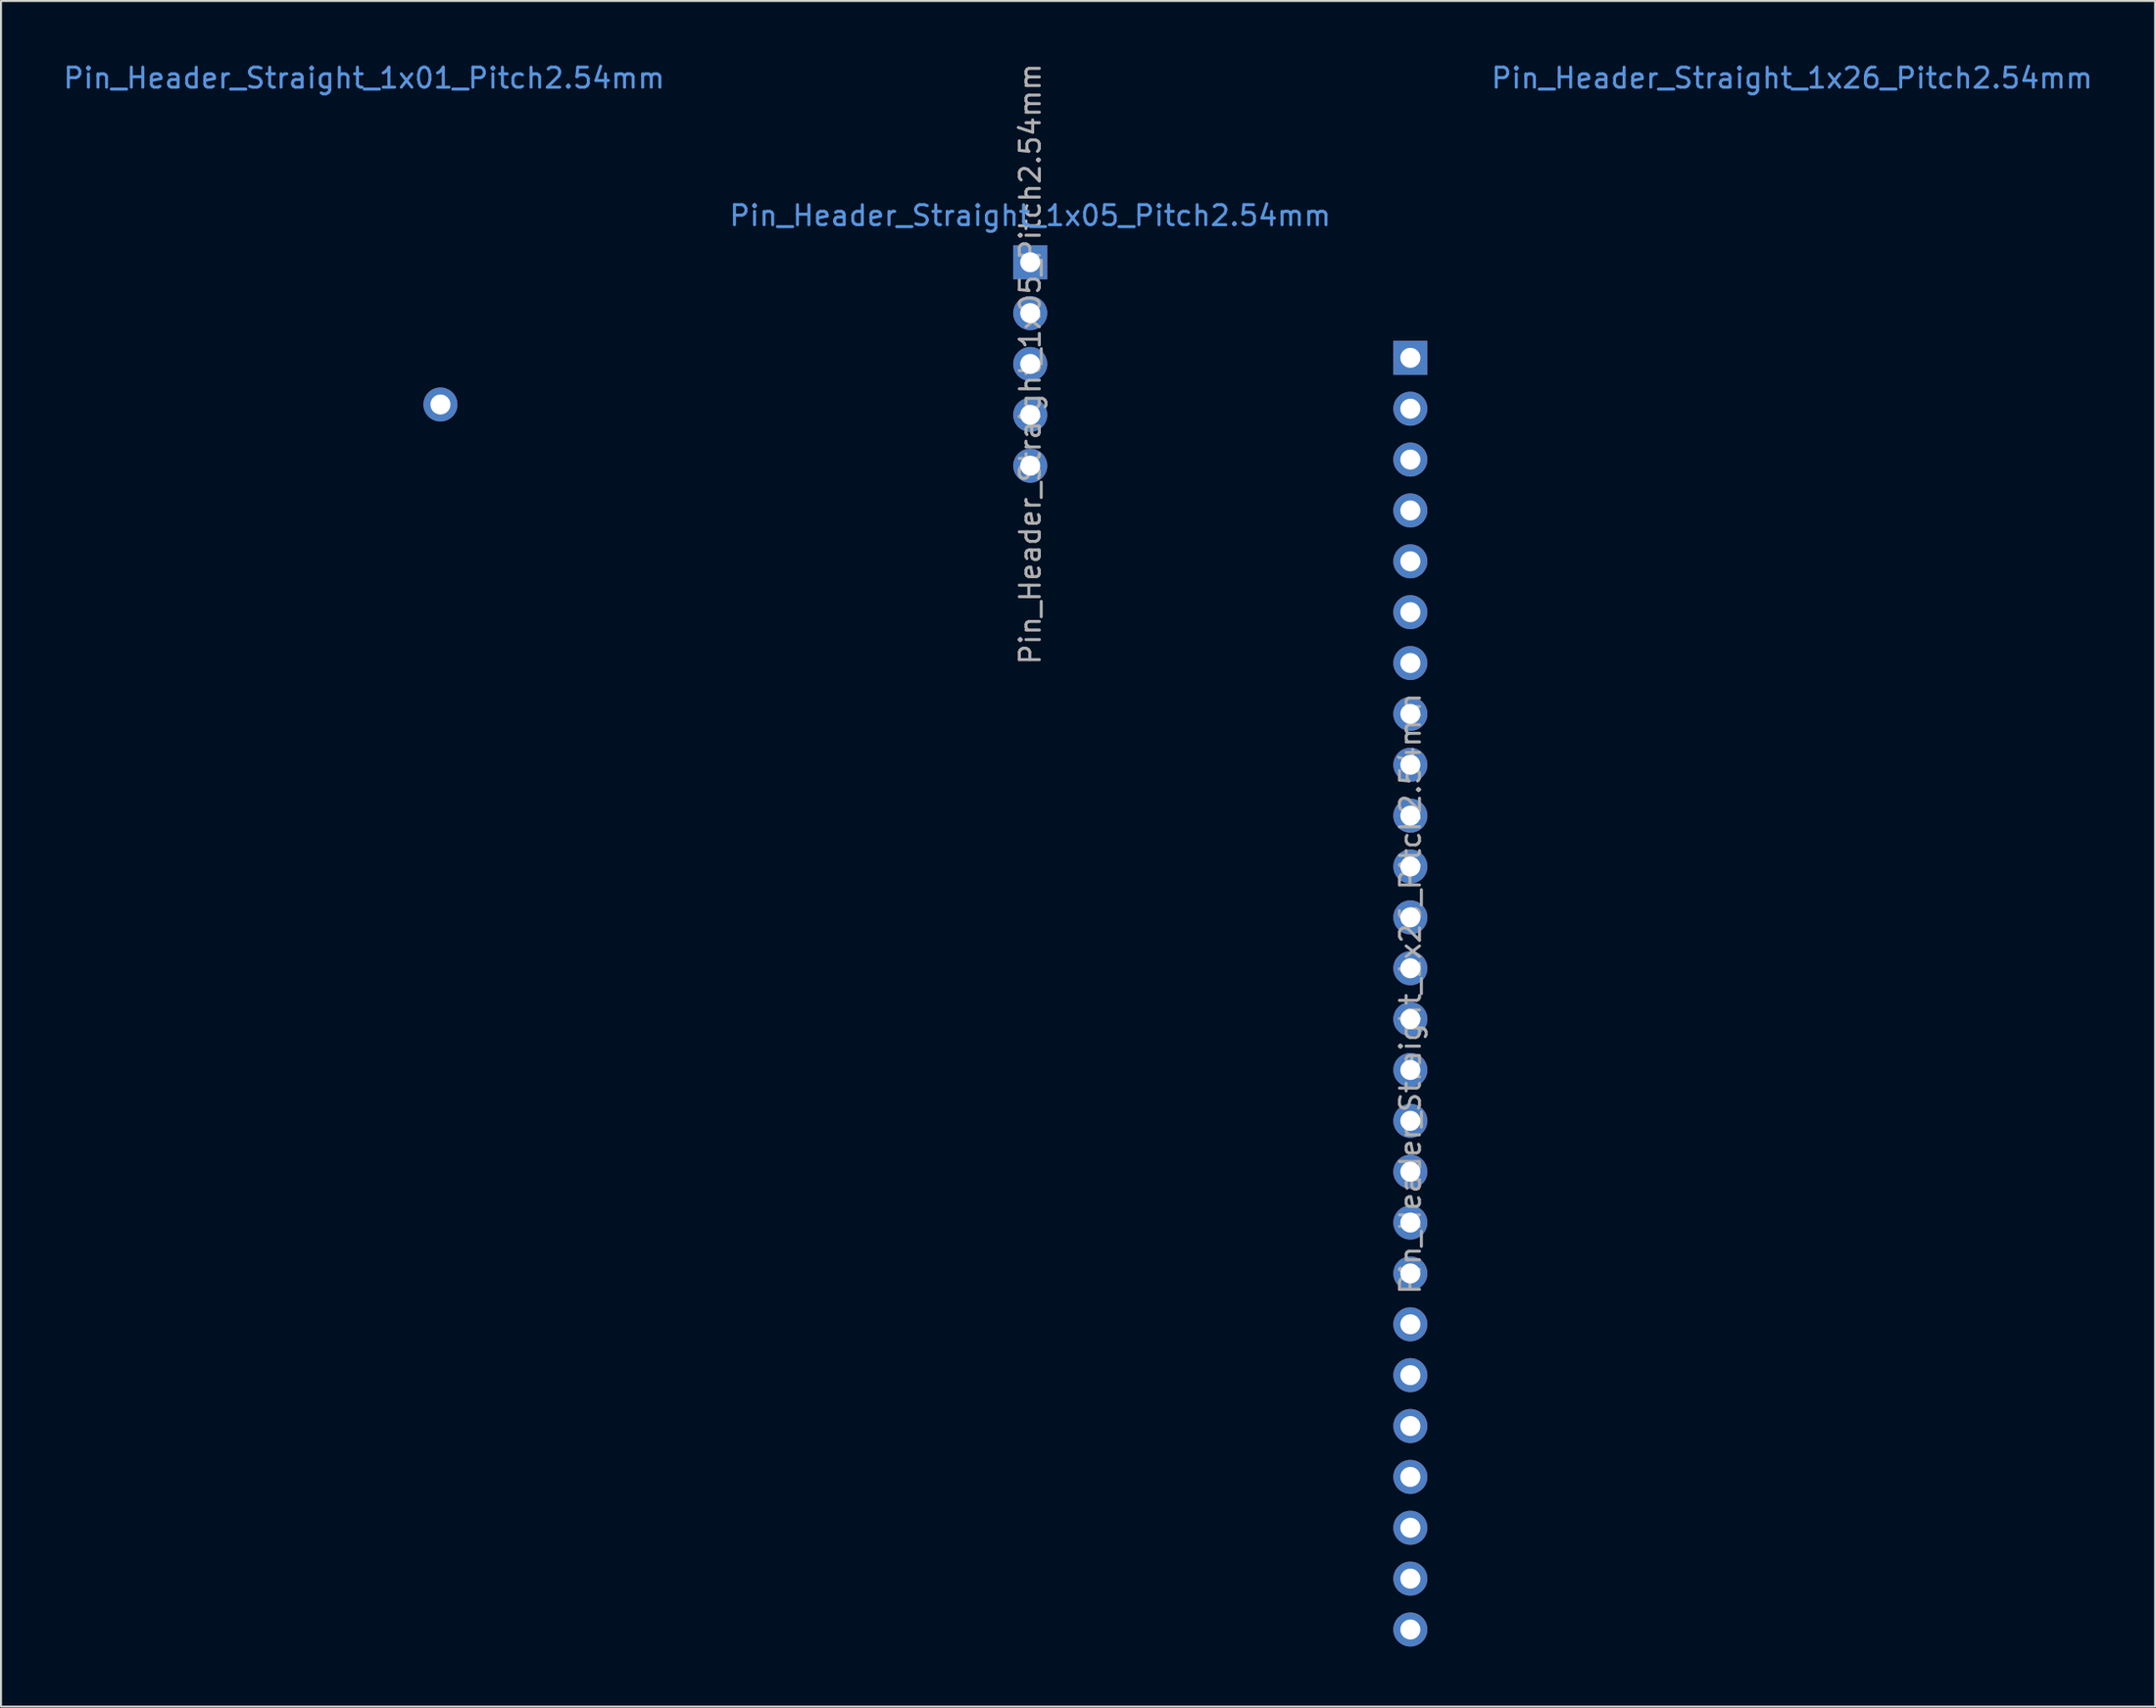
<source format=kicad_pcb>
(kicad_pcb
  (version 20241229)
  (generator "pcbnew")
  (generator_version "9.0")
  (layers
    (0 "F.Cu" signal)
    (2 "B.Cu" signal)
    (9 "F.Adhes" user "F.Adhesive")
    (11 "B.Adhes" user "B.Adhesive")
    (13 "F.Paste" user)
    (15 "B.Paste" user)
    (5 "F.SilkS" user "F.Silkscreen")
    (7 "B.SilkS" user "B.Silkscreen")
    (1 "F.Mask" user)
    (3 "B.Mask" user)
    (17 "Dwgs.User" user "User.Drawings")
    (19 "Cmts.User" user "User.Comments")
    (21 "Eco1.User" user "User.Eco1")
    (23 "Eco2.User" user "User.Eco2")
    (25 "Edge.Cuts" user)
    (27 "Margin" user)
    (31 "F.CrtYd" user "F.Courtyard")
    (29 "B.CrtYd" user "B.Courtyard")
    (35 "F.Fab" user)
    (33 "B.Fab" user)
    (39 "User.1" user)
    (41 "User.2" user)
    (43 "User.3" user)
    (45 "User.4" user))
  (footprint "Pin_Header_Straight_1x05_Pitch2.54mm"
    (layer "F.Cu")
    (at 48.375 10.045)
    (property "Reference" "Pin_Header_Straight_1x05_Pitch2.54mm" (at 0 -2.33 0) (layer "Cmts.User") (effects (font (size 1 1) (thickness 0.15))))
    (attr through_hole)
    (fp_text user "${REFERENCE}" (at 0 5.08 90) (layer "F.Fab") (effects (font (size 1 1) (thickness 0.15))))
    (pad "1" thru_hole rect (at 0 0) (size 1.7 1.7) (drill 1) (layers "*.Cu" "*.Mask"))
    (pad "2" thru_hole oval (at 0 2.54) (size 1.7 1.7) (drill 1) (layers "*.Cu" "*.Mask"))
    (pad "3" thru_hole oval (at 0 5.08) (size 1.7 1.7) (drill 1) (layers "*.Cu" "*.Mask"))
    (pad "4" thru_hole oval (at 0 7.62) (size 1.7 1.7) (drill 1) (layers "*.Cu" "*.Mask"))
    (pad "5" thru_hole oval (at 0 10.16) (size 1.7 1.7) (drill 1) (layers "*.Cu" "*.Mask")))
  (footprint "Pin_Header_Straight_1x26_Pitch2.54mm"
    (layer "F.Cu")
    (at 67.35 14.818)
    (property "Reference" "Pin_Header_Straight_1x26_Pitch2.54mm" (at 19.05 -13.97 0) (layer "Cmts.User") (effects (font (size 1 1) (thickness 0.15))))
    (attr through_hole)
    (fp_text user "${REFERENCE}" (at 0 31.75 90) (layer "F.Fab") (effects (font (size 1 1) (thickness 0.15))))
    (pad "1" thru_hole rect (at 0 0) (size 1.7 1.7) (drill 1) (layers "*.Cu" "*.Mask"))
    (pad "2" thru_hole oval (at 0 2.54) (size 1.7 1.7) (drill 1) (layers "*.Cu" "*.Mask"))
    (pad "3" thru_hole oval (at 0 5.08) (size 1.7 1.7) (drill 1) (layers "*.Cu" "*.Mask"))
    (pad "4" thru_hole oval (at 0 7.62) (size 1.7 1.7) (drill 1) (layers "*.Cu" "*.Mask"))
    (pad "5" thru_hole oval (at 0 10.16) (size 1.7 1.7) (drill 1) (layers "*.Cu" "*.Mask"))
    (pad "6" thru_hole oval (at 0 12.7) (size 1.7 1.7) (drill 1) (layers "*.Cu" "*.Mask"))
    (pad "7" thru_hole oval (at 0 15.24) (size 1.7 1.7) (drill 1) (layers "*.Cu" "*.Mask"))
    (pad "8" thru_hole oval (at 0 17.78) (size 1.7 1.7) (drill 1) (layers "*.Cu" "*.Mask"))
    (pad "9" thru_hole oval (at 0 20.32) (size 1.7 1.7) (drill 1) (layers "*.Cu" "*.Mask"))
    (pad "10" thru_hole oval (at 0 22.86) (size 1.7 1.7) (drill 1) (layers "*.Cu" "*.Mask"))
    (pad "11" thru_hole oval (at 0 25.4) (size 1.7 1.7) (drill 1) (layers "*.Cu" "*.Mask"))
    (pad "12" thru_hole oval (at 0 27.94) (size 1.7 1.7) (drill 1) (layers "*.Cu" "*.Mask"))
    (pad "13" thru_hole oval (at 0 30.48) (size 1.7 1.7) (drill 1) (layers "*.Cu" "*.Mask"))
    (pad "14" thru_hole oval (at 0 33.02) (size 1.7 1.7) (drill 1) (layers "*.Cu" "*.Mask"))
    (pad "15" thru_hole oval (at 0 35.56) (size 1.7 1.7) (drill 1) (layers "*.Cu" "*.Mask"))
    (pad "16" thru_hole oval (at 0 38.1) (size 1.7 1.7) (drill 1) (layers "*.Cu" "*.Mask"))
    (pad "17" thru_hole oval (at 0 40.64) (size 1.7 1.7) (drill 1) (layers "*.Cu" "*.Mask"))
    (pad "18" thru_hole oval (at 0 43.18) (size 1.7 1.7) (drill 1) (layers "*.Cu" "*.Mask"))
    (pad "19" thru_hole oval (at 0 45.72) (size 1.7 1.7) (drill 1) (layers "*.Cu" "*.Mask"))
    (pad "20" thru_hole oval (at 0 48.26) (size 1.7 1.7) (drill 1) (layers "*.Cu" "*.Mask"))
    (pad "21" thru_hole oval (at 0 50.8) (size 1.7 1.7) (drill 1) (layers "*.Cu" "*.Mask"))
    (pad "22" thru_hole oval (at 0 53.34) (size 1.7 1.7) (drill 1) (layers "*.Cu" "*.Mask"))
    (pad "23" thru_hole oval (at 0 55.88) (size 1.7 1.7) (drill 1) (layers "*.Cu" "*.Mask"))
    (pad "24" thru_hole oval (at 0 58.42) (size 1.7 1.7) (drill 1) (layers "*.Cu" "*.Mask"))
    (pad "25" thru_hole oval (at 0 60.96) (size 1.7 1.7) (drill 1) (layers "*.Cu" "*.Mask"))
    (pad "26" thru_hole oval (at 0 63.5) (size 1.7 1.7) (drill 1) (layers "*.Cu" "*.Mask")))
  (footprint "Pin_Header_Straight_1x01_Pitch2.54mm"
    (layer "F.Cu")
    (at 18.935 17.148)
    (property "Reference" "Pin_Header_Straight_1x01_Pitch2.54mm" (at -3.81 -16.3 0) (layer "Cmts.User") (effects (font (size 1 1) (thickness 0.15))))
    (attr through_hole)
    (pad "1" thru_hole circle (at 0 0) (size 1.7 1.7) (drill 1) (layers "*.Cu" "*.Mask")))
  (gr_rect
    (start -3 -3)
    (end 104.525 82.168)
    (stroke (width 0.1) (type default))
    (fill no)
    (layer "Edge.Cuts")))
</source>
